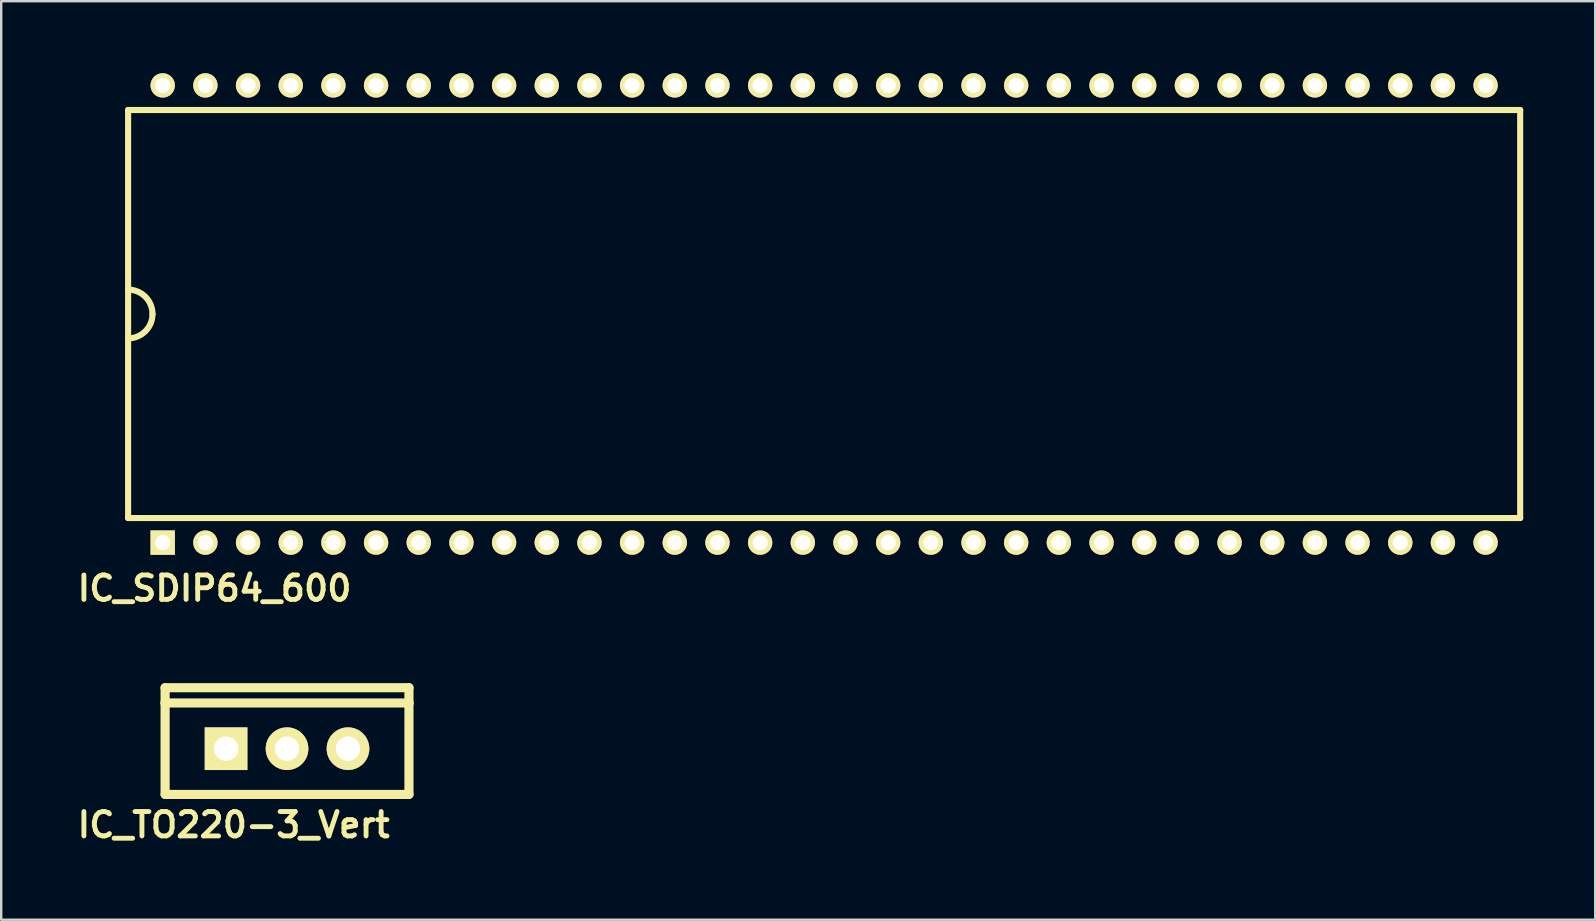
<source format=kicad_pcb>
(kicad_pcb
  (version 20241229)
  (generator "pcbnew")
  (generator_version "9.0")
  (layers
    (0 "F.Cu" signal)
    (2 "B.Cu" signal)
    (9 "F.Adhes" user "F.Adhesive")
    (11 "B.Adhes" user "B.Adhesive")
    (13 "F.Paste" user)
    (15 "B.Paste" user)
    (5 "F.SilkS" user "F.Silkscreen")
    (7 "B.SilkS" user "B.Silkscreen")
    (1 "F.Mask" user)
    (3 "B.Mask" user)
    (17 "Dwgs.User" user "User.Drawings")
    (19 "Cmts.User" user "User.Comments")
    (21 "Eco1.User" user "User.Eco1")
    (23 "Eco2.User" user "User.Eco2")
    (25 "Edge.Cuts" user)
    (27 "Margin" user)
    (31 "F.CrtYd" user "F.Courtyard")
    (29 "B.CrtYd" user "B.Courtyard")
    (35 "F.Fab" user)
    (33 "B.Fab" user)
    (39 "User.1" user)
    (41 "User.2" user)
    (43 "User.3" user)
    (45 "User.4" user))
  (footprint "IC_TO220-3_Vert"
    (layer "F.Cu")
    (at 8.909 28.144)
    (property "Reference" "IC_TO220-3_Vert" (at -2.223 3.175 0) (layer "F.SilkS") (effects (font (size 1.016 1.016) (thickness 0.203))))
    (attr through_hole)
    (fp_line (start -5.08 -2.54) (end 5.08 -2.54) (stroke (width 0.381) (type solid)) (layer "F.SilkS"))
    (fp_line (start -5.08 -1.905) (end -5.08 -2.54) (stroke (width 0.381) (type solid)) (layer "F.SilkS"))
    (fp_line (start -5.08 -1.905) (end 5.08 -1.905) (stroke (width 0.381) (type solid)) (layer "F.SilkS"))
    (fp_line (start -5.08 1.905) (end -5.08 -1.905) (stroke (width 0.381) (type solid)) (layer "F.SilkS"))
    (fp_line (start 5.08 -2.54) (end 5.08 -1.905) (stroke (width 0.381) (type solid)) (layer "F.SilkS"))
    (fp_line (start 5.08 -1.905) (end 5.08 1.905) (stroke (width 0.381) (type solid)) (layer "F.SilkS"))
    (fp_line (start 5.08 1.905) (end -5.08 1.905) (stroke (width 0.381) (type solid)) (layer "F.SilkS"))
    (pad "1" thru_hole rect (at -2.54 0 90) (size 1.778 1.778) (drill 1.016) (layers "*.Cu" "*.Mask" "F.SilkS"))
    (pad "2" thru_hole circle (at 0 0 90) (size 1.778 1.778) (drill 1.016) (layers "*.Cu" "*.Mask" "F.SilkS"))
    (pad "3" thru_hole circle (at 2.54 0 90) (size 1.778 1.778) (drill 1.016) (layers "*.Cu" "*.Mask" "F.SilkS")))
  (footprint "IC_SDIP64_600"
    (layer "F.Cu")
    (at 31.288 10.033)
    (property "Reference" "IC_SDIP64_600" (at -25.4 11.43 0) (layer "F.SilkS") (effects (font (size 1.016 1.016) (thickness 0.203))))
    (attr through_hole)
    (fp_line (start -29 -8.5) (end 29 -8.5) (stroke (width 0.254) (type solid)) (layer "F.SilkS"))
    (fp_line (start -29 8.5) (end -29 -8.5) (stroke (width 0.254) (type solid)) (layer "F.SilkS"))
    (fp_line (start 29 -8.5) (end 29 8.5) (stroke (width 0.254) (type solid)) (layer "F.SilkS"))
    (fp_line (start 29 8.5) (end -29 8.5) (stroke (width 0.254) (type solid)) (layer "F.SilkS"))
    (fp_arc (start -29 -1.016) (mid -28.28158 -0.71842) (end -27.984 0) (stroke (width 0.254) (type solid)) (layer "F.SilkS"))
    (fp_arc (start -27.984 0) (mid -28.28158 0.71842) (end -29 1.016) (stroke (width 0.254) (type solid)) (layer "F.SilkS"))
    (pad "1" thru_hole rect (at -27.559 9.525) (size 1.016 1.016) (drill 0.635) (layers "*.Cu" "*.Mask" "F.SilkS"))
    (pad "2" thru_hole circle (at -25.781 9.525) (size 1.016 1.016) (drill 0.635) (layers "*.Cu" "*.Mask" "F.SilkS"))
    (pad "3" thru_hole circle (at -24.003 9.525) (size 1.016 1.016) (drill 0.635) (layers "*.Cu" "*.Mask" "F.SilkS"))
    (pad "4" thru_hole circle (at -22.225 9.525) (size 1.016 1.016) (drill 0.635) (layers "*.Cu" "*.Mask" "F.SilkS"))
    (pad "5" thru_hole circle (at -20.447 9.525) (size 1.016 1.016) (drill 0.635) (layers "*.Cu" "*.Mask" "F.SilkS"))
    (pad "6" thru_hole circle (at -18.669 9.525) (size 1.016 1.016) (drill 0.635) (layers "*.Cu" "*.Mask" "F.SilkS"))
    (pad "7" thru_hole circle (at -16.891 9.525) (size 1.016 1.016) (drill 0.635) (layers "*.Cu" "*.Mask" "F.SilkS"))
    (pad "8" thru_hole circle (at -15.113 9.525) (size 1.016 1.016) (drill 0.635) (layers "*.Cu" "*.Mask" "F.SilkS"))
    (pad "9" thru_hole circle (at -13.335 9.525) (size 1.016 1.016) (drill 0.635) (layers "*.Cu" "*.Mask" "F.SilkS"))
    (pad "10" thru_hole circle (at -11.557 9.525) (size 1.016 1.016) (drill 0.635) (layers "*.Cu" "*.Mask" "F.SilkS"))
    (pad "11" thru_hole circle (at -9.779 9.525) (size 1.016 1.016) (drill 0.635) (layers "*.Cu" "*.Mask" "F.SilkS"))
    (pad "12" thru_hole circle (at -8.001 9.525) (size 1.016 1.016) (drill 0.635) (layers "*.Cu" "*.Mask" "F.SilkS"))
    (pad "13" thru_hole circle (at -6.223 9.525) (size 1.016 1.016) (drill 0.635) (layers "*.Cu" "*.Mask" "F.SilkS"))
    (pad "14" thru_hole circle (at -4.445 9.525) (size 1.016 1.016) (drill 0.635) (layers "*.Cu" "*.Mask" "F.SilkS"))
    (pad "15" thru_hole circle (at -2.667 9.525) (size 1.016 1.016) (drill 0.635) (layers "*.Cu" "*.Mask" "F.SilkS"))
    (pad "16" thru_hole circle (at -0.889 9.525) (size 1.016 1.016) (drill 0.635) (layers "*.Cu" "*.Mask" "F.SilkS"))
    (pad "17" thru_hole circle (at 0.889 9.525) (size 1.016 1.016) (drill 0.635) (layers "*.Cu" "*.Mask" "F.SilkS"))
    (pad "18" thru_hole circle (at 2.667 9.525) (size 1.016 1.016) (drill 0.635) (layers "*.Cu" "*.Mask" "F.SilkS"))
    (pad "19" thru_hole circle (at 4.445 9.525) (size 1.016 1.016) (drill 0.635) (layers "*.Cu" "*.Mask" "F.SilkS"))
    (pad "20" thru_hole circle (at 6.223 9.525) (size 1.016 1.016) (drill 0.635) (layers "*.Cu" "*.Mask" "F.SilkS"))
    (pad "21" thru_hole circle (at 8.001 9.525) (size 1.016 1.016) (drill 0.635) (layers "*.Cu" "*.Mask" "F.SilkS"))
    (pad "22" thru_hole circle (at 9.779 9.525) (size 1.016 1.016) (drill 0.635) (layers "*.Cu" "*.Mask" "F.SilkS"))
    (pad "23" thru_hole circle (at 11.557 9.525) (size 1.016 1.016) (drill 0.635) (layers "*.Cu" "*.Mask" "F.SilkS"))
    (pad "24" thru_hole circle (at 13.335 9.525) (size 1.016 1.016) (drill 0.635) (layers "*.Cu" "*.Mask" "F.SilkS"))
    (pad "25" thru_hole circle (at 15.113 9.525) (size 1.016 1.016) (drill 0.635) (layers "*.Cu" "*.Mask" "F.SilkS"))
    (pad "26" thru_hole circle (at 16.891 9.525) (size 1.016 1.016) (drill 0.635) (layers "*.Cu" "*.Mask" "F.SilkS"))
    (pad "27" thru_hole circle (at 18.669 9.525) (size 1.016 1.016) (drill 0.635) (layers "*.Cu" "*.Mask" "F.SilkS"))
    (pad "28" thru_hole circle (at 20.447 9.525) (size 1.016 1.016) (drill 0.635) (layers "*.Cu" "*.Mask" "F.SilkS"))
    (pad "29" thru_hole circle (at 22.225 9.525) (size 1.016 1.016) (drill 0.635) (layers "*.Cu" "*.Mask" "F.SilkS"))
    (pad "30" thru_hole circle (at 24.003 9.525) (size 1.016 1.016) (drill 0.635) (layers "*.Cu" "*.Mask" "F.SilkS"))
    (pad "31" thru_hole circle (at 25.781 9.525) (size 1.016 1.016) (drill 0.635) (layers "*.Cu" "*.Mask" "F.SilkS"))
    (pad "32" thru_hole circle (at 27.559 9.525) (size 1.016 1.016) (drill 0.635) (layers "*.Cu" "*.Mask" "F.SilkS"))
    (pad "33" thru_hole circle (at 27.559 -9.525) (size 1.016 1.016) (drill 0.635) (layers "*.Cu" "*.Mask" "F.SilkS"))
    (pad "34" thru_hole circle (at 25.781 -9.525) (size 1.016 1.016) (drill 0.635) (layers "*.Cu" "*.Mask" "F.SilkS"))
    (pad "35" thru_hole circle (at 24.003 -9.525) (size 1.016 1.016) (drill 0.635) (layers "*.Cu" "*.Mask" "F.SilkS"))
    (pad "36" thru_hole circle (at 22.225 -9.525) (size 1.016 1.016) (drill 0.635) (layers "*.Cu" "*.Mask" "F.SilkS"))
    (pad "37" thru_hole circle (at 20.447 -9.525) (size 1.016 1.016) (drill 0.635) (layers "*.Cu" "*.Mask" "F.SilkS"))
    (pad "38" thru_hole circle (at 18.669 -9.525) (size 1.016 1.016) (drill 0.635) (layers "*.Cu" "*.Mask" "F.SilkS"))
    (pad "39" thru_hole circle (at 16.891 -9.525) (size 1.016 1.016) (drill 0.635) (layers "*.Cu" "*.Mask" "F.SilkS"))
    (pad "40" thru_hole circle (at 15.113 -9.525) (size 1.016 1.016) (drill 0.635) (layers "*.Cu" "*.Mask" "F.SilkS"))
    (pad "41" thru_hole circle (at 13.335 -9.525) (size 1.016 1.016) (drill 0.635) (layers "*.Cu" "*.Mask" "F.SilkS"))
    (pad "42" thru_hole circle (at 11.557 -9.525) (size 1.016 1.016) (drill 0.635) (layers "*.Cu" "*.Mask" "F.SilkS"))
    (pad "43" thru_hole circle (at 9.779 -9.525) (size 1.016 1.016) (drill 0.635) (layers "*.Cu" "*.Mask" "F.SilkS"))
    (pad "44" thru_hole circle (at 8.001 -9.525) (size 1.016 1.016) (drill 0.635) (layers "*.Cu" "*.Mask" "F.SilkS"))
    (pad "45" thru_hole circle (at 6.223 -9.525) (size 1.016 1.016) (drill 0.635) (layers "*.Cu" "*.Mask" "F.SilkS"))
    (pad "46" thru_hole circle (at 4.445 -9.525) (size 1.016 1.016) (drill 0.635) (layers "*.Cu" "*.Mask" "F.SilkS"))
    (pad "47" thru_hole circle (at 2.667 -9.525) (size 1.016 1.016) (drill 0.635) (layers "*.Cu" "*.Mask" "F.SilkS"))
    (pad "48" thru_hole circle (at 0.889 -9.525) (size 1.016 1.016) (drill 0.635) (layers "*.Cu" "*.Mask" "F.SilkS"))
    (pad "49" thru_hole circle (at -0.889 -9.525) (size 1.016 1.016) (drill 0.635) (layers "*.Cu" "*.Mask" "F.SilkS"))
    (pad "50" thru_hole circle (at -2.667 -9.525) (size 1.016 1.016) (drill 0.635) (layers "*.Cu" "*.Mask" "F.SilkS"))
    (pad "51" thru_hole circle (at -4.445 -9.525) (size 1.016 1.016) (drill 0.635) (layers "*.Cu" "*.Mask" "F.SilkS"))
    (pad "52" thru_hole circle (at -6.223 -9.525) (size 1.016 1.016) (drill 0.635) (layers "*.Cu" "*.Mask" "F.SilkS"))
    (pad "53" thru_hole circle (at -8.001 -9.525) (size 1.016 1.016) (drill 0.635) (layers "*.Cu" "*.Mask" "F.SilkS"))
    (pad "54" thru_hole circle (at -9.779 -9.525) (size 1.016 1.016) (drill 0.635) (layers "*.Cu" "*.Mask" "F.SilkS"))
    (pad "55" thru_hole circle (at -11.557 -9.525) (size 1.016 1.016) (drill 0.635) (layers "*.Cu" "*.Mask" "F.SilkS"))
    (pad "56" thru_hole circle (at -13.335 -9.525) (size 1.016 1.016) (drill 0.635) (layers "*.Cu" "*.Mask" "F.SilkS"))
    (pad "57" thru_hole circle (at -15.113 -9.525) (size 1.016 1.016) (drill 0.635) (layers "*.Cu" "*.Mask" "F.SilkS"))
    (pad "58" thru_hole circle (at -16.891 -9.525) (size 1.016 1.016) (drill 0.635) (layers "*.Cu" "*.Mask" "F.SilkS"))
    (pad "59" thru_hole circle (at -18.669 -9.525) (size 1.016 1.016) (drill 0.635) (layers "*.Cu" "*.Mask" "F.SilkS"))
    (pad "60" thru_hole circle (at -20.447 -9.525) (size 1.016 1.016) (drill 0.635) (layers "*.Cu" "*.Mask" "F.SilkS"))
    (pad "61" thru_hole circle (at -22.225 -9.525) (size 1.016 1.016) (drill 0.635) (layers "*.Cu" "*.Mask" "F.SilkS"))
    (pad "62" thru_hole circle (at -24.003 -9.525) (size 1.016 1.016) (drill 0.635) (layers "*.Cu" "*.Mask" "F.SilkS"))
    (pad "63" thru_hole circle (at -25.781 -9.525) (size 1.016 1.016) (drill 0.635) (layers "*.Cu" "*.Mask" "F.SilkS"))
    (pad "64" thru_hole circle (at -27.559 -9.525) (size 1.016 1.016) (drill 0.635) (layers "*.Cu" "*.Mask" "F.SilkS")))
  (gr_rect
    (start -3 -3)
    (end 63.415 35.27)
    (stroke (width 0.1) (type default))
    (fill no)
    (layer "Edge.Cuts")))
</source>
